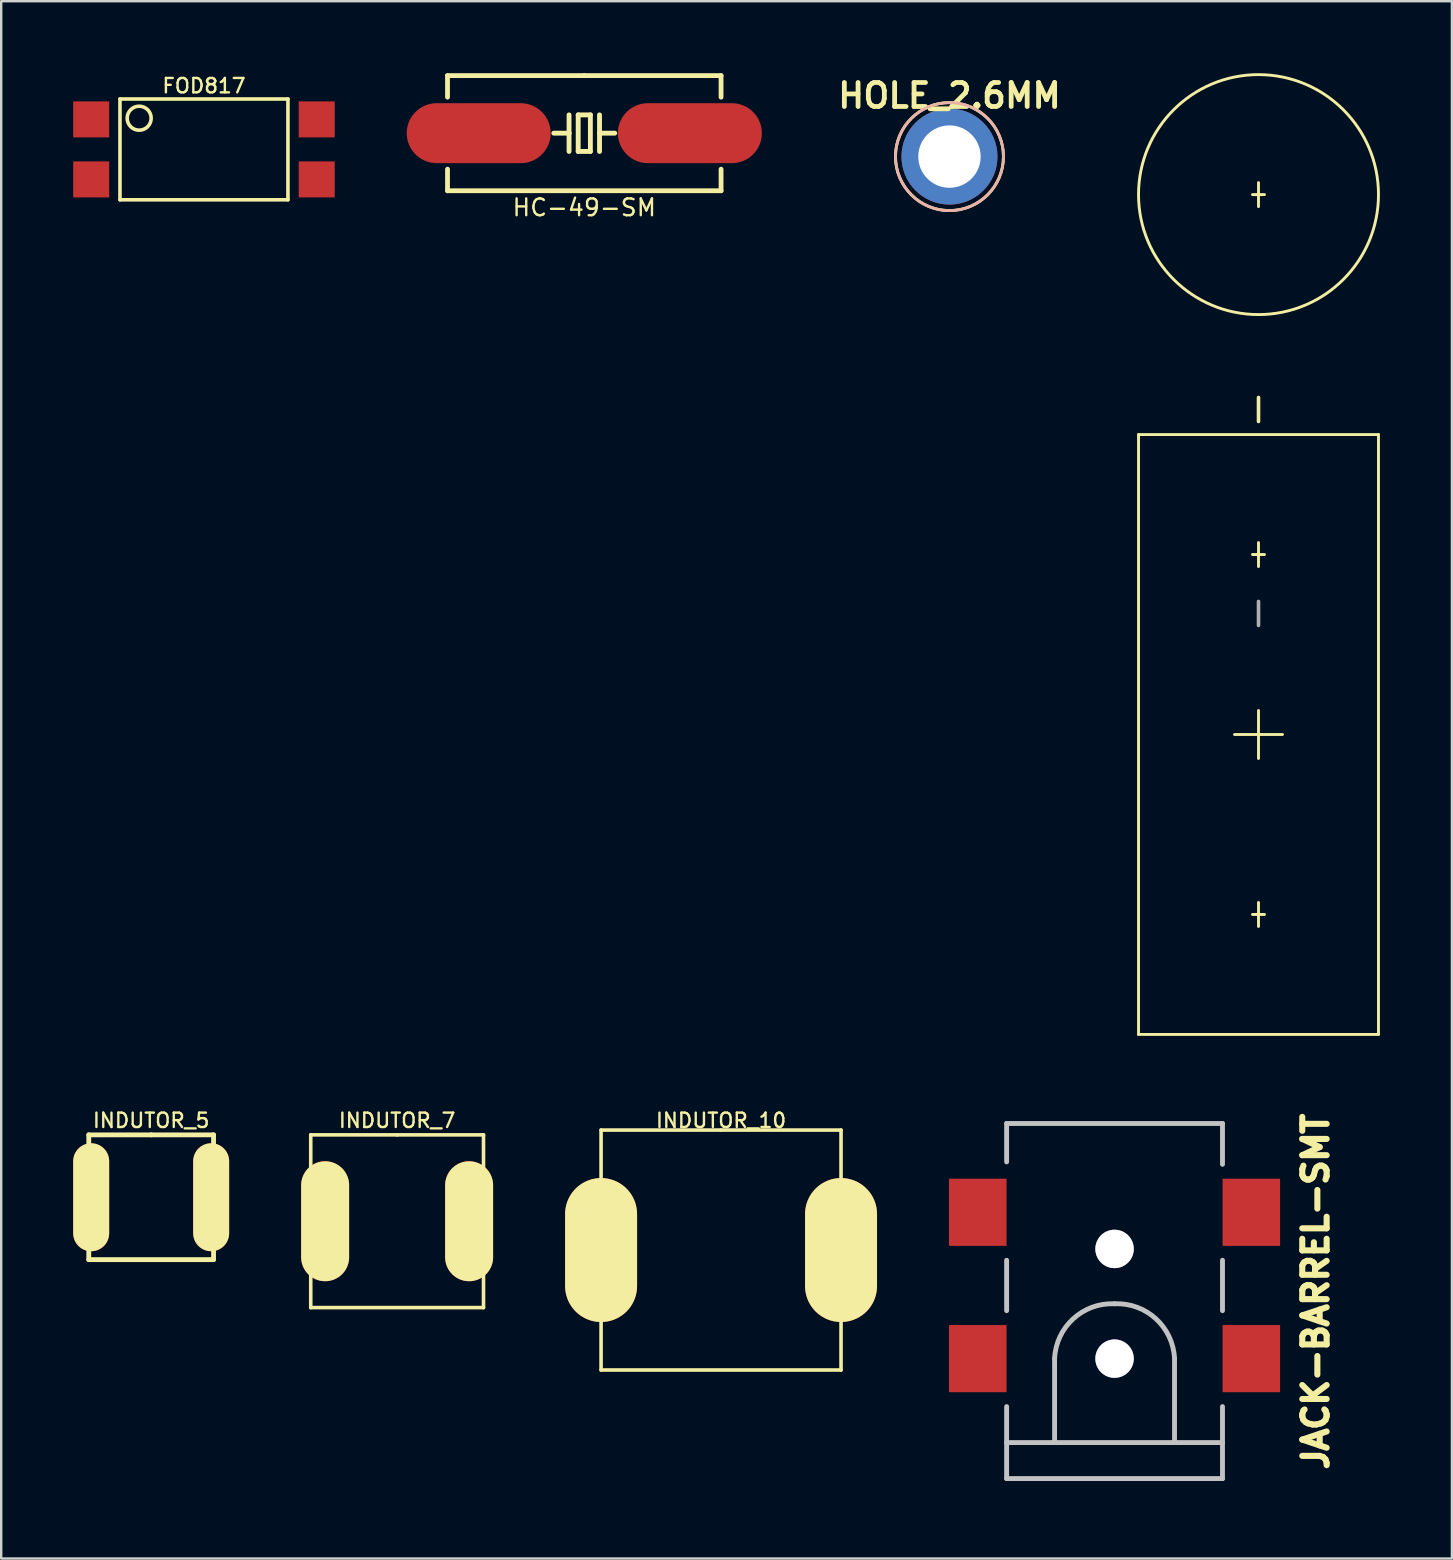
<source format=kicad_pcb>
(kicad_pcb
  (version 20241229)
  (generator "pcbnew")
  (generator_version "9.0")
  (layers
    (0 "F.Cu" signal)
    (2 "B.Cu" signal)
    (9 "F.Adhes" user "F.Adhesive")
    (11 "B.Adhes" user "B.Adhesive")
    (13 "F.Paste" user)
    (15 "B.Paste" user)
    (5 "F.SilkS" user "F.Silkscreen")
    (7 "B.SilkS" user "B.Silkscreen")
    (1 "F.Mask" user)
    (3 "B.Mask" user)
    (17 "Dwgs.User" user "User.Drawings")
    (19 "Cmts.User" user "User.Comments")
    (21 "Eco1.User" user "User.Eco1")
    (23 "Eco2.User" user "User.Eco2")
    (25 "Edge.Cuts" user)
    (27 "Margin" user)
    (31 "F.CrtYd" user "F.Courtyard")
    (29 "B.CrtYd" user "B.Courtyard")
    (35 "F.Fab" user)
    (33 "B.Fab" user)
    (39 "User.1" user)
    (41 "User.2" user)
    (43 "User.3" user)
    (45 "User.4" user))
  (footprint "FOD817"
    (layer "F.Cu")
    (at 5.45 3.176)
    (property "Reference" "FOD817" (at 0 -2.65 0) (layer "F.SilkS") (effects (font (size 0.6 0.6) (thickness 0.1))))
    (attr through_hole)
    (fp_line (start -3.5 -2.1) (end -3.5 2.1) (stroke (width 0.15) (type solid)) (layer "F.SilkS"))
    (fp_line (start -3.5 2.1) (end 3.5 2.1) (stroke (width 0.15) (type solid)) (layer "F.SilkS"))
    (fp_line (start 3.5 -2.1) (end -3.5 -2.1) (stroke (width 0.15) (type solid)) (layer "F.SilkS"))
    (fp_line (start 3.5 2.1) (end 3.5 -2.1) (stroke (width 0.15) (type solid)) (layer "F.SilkS"))
    (fp_circle (center -2.7 -1.3) (end -2.7 -0.8) (stroke (width 0.15) (type solid)) (fill no) (layer "F.SilkS"))
    (pad "1" smd rect (at -4.7 -1.25) (size 1.5 1.5) (layers "F.Cu" "F.Mask" "F.Paste"))
    (pad "2" smd rect (at -4.7 1.25) (size 1.5 1.5) (layers "F.Cu" "F.Mask" "F.Paste"))
    (pad "3" smd rect (at 4.7 1.25) (size 1.5 1.5) (layers "F.Cu" "F.Mask" "F.Paste"))
    (pad "4" smd rect (at 4.7 -1.25) (size 1.5 1.5) (layers "F.Cu" "F.Mask" "F.Paste")))
  (footprint "I"
    (layer "F.Cu")
    (at 49.398 20.06)
    (property "Reference" "I" (at 0 -6 0) (unlocked yes) (layer "F.SilkS") (effects (font (size 1 1) (thickness 0.15))))
    (fp_line (start -5 -5) (end -5 20) (stroke (width 0.12) (type solid)) (layer "F.SilkS"))
    (fp_line (start -5 -5) (end 5 -5) (stroke (width 0.12) (type solid)) (layer "F.SilkS"))
    (fp_line (start -5 20) (end 5 20) (stroke (width 0.12) (type solid)) (layer "F.SilkS"))
    (fp_line (start -1 7.5) (end 1 7.5) (stroke (width 0.12) (type solid)) (layer "F.SilkS"))
    (fp_line (start -0.25 -15) (end 0.25 -15) (stroke (width 0.12) (type solid)) (layer "F.SilkS"))
    (fp_line (start -0.25 0) (end 0.25 0) (stroke (width 0.12) (type solid)) (layer "F.SilkS"))
    (fp_line (start -0.25 15) (end 0.25 15) (stroke (width 0.12) (type solid)) (layer "F.SilkS"))
    (fp_line (start 0 -15.5) (end 0 -14.5) (stroke (width 0.12) (type solid)) (layer "F.SilkS"))
    (fp_line (start 0 -0.5) (end 0 0.5) (stroke (width 0.12) (type solid)) (layer "F.SilkS"))
    (fp_line (start 0 6.5) (end 0 8.5) (stroke (width 0.12) (type solid)) (layer "F.SilkS"))
    (fp_line (start 0 14.5) (end 0 15.5) (stroke (width 0.12) (type solid)) (layer "F.SilkS"))
    (fp_line (start 5 20) (end 5 -5) (stroke (width 0.12) (type solid)) (layer "F.SilkS"))
    (fp_circle (center 0 -15) (end 0 -10) (stroke (width 0.12) (type solid)) (fill no) (layer "F.SilkS"))
    (fp_text user "${REFERENCE}" (at 0 2.5 0) (unlocked yes) (layer "F.Fab") (effects (font (size 1 1) (thickness 0.15)))))
  (footprint "HC-49-SM"
    (layer "F.Cu")
    (at 21.3 2.5)
    (property "Reference" "HC-49-SM" (at 0 3.1 0) (layer "F.SilkS") (effects (font (size 0.701 0.701) (thickness 0.099))))
    (attr exclude_from_pos_files exclude_from_bom)
    (fp_line (start -5.7 -2.4) (end -5.7 -1.5) (stroke (width 0.2) (type solid)) (layer "F.SilkS"))
    (fp_line (start -5.7 1.5) (end -5.7 2.4) (stroke (width 0.2) (type solid)) (layer "F.SilkS"))
    (fp_line (start -5.7 2.4) (end 5.7 2.4) (stroke (width 0.2) (type solid)) (layer "F.SilkS"))
    (fp_line (start -0.635 -0.762) (end -0.635 0) (stroke (width 0.203) (type solid)) (layer "F.SilkS"))
    (fp_line (start -0.635 0) (end -1.27 0) (stroke (width 0.203) (type solid)) (layer "F.SilkS"))
    (fp_line (start -0.635 0) (end -0.635 0.762) (stroke (width 0.203) (type solid)) (layer "F.SilkS"))
    (fp_line (start -0.254 -0.762) (end 0.254 -0.762) (stroke (width 0.203) (type solid)) (layer "F.SilkS"))
    (fp_line (start -0.254 0.762) (end -0.254 -0.762) (stroke (width 0.203) (type solid)) (layer "F.SilkS"))
    (fp_line (start 0 -2.4) (end -5.7 -2.4) (stroke (width 0.2) (type solid)) (layer "F.SilkS"))
    (fp_line (start 0.254 -0.762) (end 0.254 0.762) (stroke (width 0.203) (type solid)) (layer "F.SilkS"))
    (fp_line (start 0.254 0.762) (end -0.254 0.762) (stroke (width 0.203) (type solid)) (layer "F.SilkS"))
    (fp_line (start 0.635 -0.762) (end 0.635 0) (stroke (width 0.203) (type solid)) (layer "F.SilkS"))
    (fp_line (start 0.635 0) (end 0.635 0.762) (stroke (width 0.203) (type solid)) (layer "F.SilkS"))
    (fp_line (start 0.635 0) (end 1.27 0) (stroke (width 0.203) (type solid)) (layer "F.SilkS"))
    (fp_line (start 5.7 -2.4) (end 0 -2.4) (stroke (width 0.2) (type solid)) (layer "F.SilkS"))
    (fp_line (start 5.7 -1.5) (end 5.7 -2.4) (stroke (width 0.2) (type solid)) (layer "F.SilkS"))
    (fp_line (start 5.7 2.4) (end 5.7 1.5) (stroke (width 0.2) (type solid)) (layer "F.SilkS"))
    (pad "1" smd oval (at -4.4 0) (size 6 2.499) (layers "F.Cu" "F.Mask" "F.Paste"))
    (pad "2" smd oval (at 4.4 0) (size 6 2.499) (layers "F.Cu" "F.Mask" "F.Paste")))
  (footprint "JACK-BARREL-SMT"
    (layer "F.Cu")
    (at 43.399 58.651)
    (property "Reference" "JACK-BARREL-SMT" (at 8.382 -7.874 90) (layer "F.SilkS") (effects (font (size 1.016 1.016) (thickness 0.254))))
    (attr smd)
    (fp_line (start -4.498 -14.879) (end 4.498 -14.879) (stroke (width 0.203) (type solid)) (layer "Dwgs.User"))
    (fp_line (start -4.498 -13.279) (end -4.498 -14.879) (stroke (width 0.203) (type solid)) (layer "Dwgs.User"))
    (fp_line (start -4.498 -7.079) (end -4.498 -9.18) (stroke (width 0.203) (type solid)) (layer "Dwgs.User"))
    (fp_line (start -4.498 -1.582) (end -4.498 -3.081) (stroke (width 0.203) (type solid)) (layer "Dwgs.User"))
    (fp_line (start -4.498 -1.582) (end -2.499 -1.582) (stroke (width 0.203) (type solid)) (layer "Dwgs.User"))
    (fp_line (start -4.498 -0.081) (end -4.498 -1.582) (stroke (width 0.203) (type solid)) (layer "Dwgs.User"))
    (fp_line (start -4.498 -0.081) (end 4.498 -0.081) (stroke (width 0.203) (type solid)) (layer "Dwgs.User"))
    (fp_line (start -2.499 -1.582) (end -2.499 -5.08) (stroke (width 0.203) (type solid)) (layer "Dwgs.User"))
    (fp_line (start -2.499 -1.582) (end 2.499 -1.582) (stroke (width 0.203) (type solid)) (layer "Dwgs.User"))
    (fp_line (start 2.499 -5.08) (end 2.499 -1.582) (stroke (width 0.203) (type solid)) (layer "Dwgs.User"))
    (fp_line (start 2.499 -1.582) (end 4.498 -1.582) (stroke (width 0.203) (type solid)) (layer "Dwgs.User"))
    (fp_line (start 4.498 -14.879) (end 4.498 -13.178) (stroke (width 0.203) (type solid)) (layer "Dwgs.User"))
    (fp_line (start 4.498 -9.18) (end 4.498 -7.079) (stroke (width 0.203) (type solid)) (layer "Dwgs.User"))
    (fp_line (start 4.498 -3.081) (end 4.498 -1.582) (stroke (width 0.203) (type solid)) (layer "Dwgs.User"))
    (fp_line (start 4.498 -1.582) (end 4.498 -0.081) (stroke (width 0.203) (type solid)) (layer "Dwgs.User"))
    (fp_arc (start -2.49936 -5.08) (mid -1.723126 -6.740634) (end 0 -7.366) (stroke (width 0.2032) (type solid)) (layer "Dwgs.User"))
    (fp_arc (start 0 -7.366) (mid 1.723126 -6.740634) (end 2.49936 -5.08) (stroke (width 0.2032) (type solid)) (layer "Dwgs.User"))
    (pad "1" smd rect (at -5.7 -11.179 90) (size 2.799 2.398) (layers "F.Cu" "F.Mask" "F.Paste"))
    (pad "1" smd rect (at -5.7 -5.08 90) (size 2.799 2.398) (layers "F.Cu" "F.Mask" "F.Paste"))
    (pad "2" smd rect (at 5.7 -5.08 90) (size 2.799 2.398) (layers "F.Cu" "F.Mask" "F.Paste"))
    (pad "3" smd rect (at 5.7 -11.179 90) (size 2.799 2.398) (layers "F.Cu" "F.Mask" "F.Paste"))
    (pad "~" thru_hole circle (at 0 -9.652 90) (size 1.6 1.6) (drill 1.6) (layers "*.Mask" "F.Cu"))
    (pad "~" thru_hole circle (at 0 -5.08 90) (size 1.6 1.6) (drill 1.6) (layers "*.Mask" "F.Cu")))
  (footprint "HOLE_2.6MM"
    (layer "F.Cu")
    (at 36.519 3.476)
    (property "Reference" "HOLE_2.6MM" (at 0 -2.54 0) (layer "F.SilkS") (effects (font (size 1 1) (thickness 0.2))))
    (attr through_hole)
    (fp_circle (center 0 0) (end 2.25 0) (stroke (width 0.12) (type solid)) (fill no) (layer "F.SilkS"))
    (fp_circle (center 0 0) (end 2.25 0) (stroke (width 0.12) (type solid)) (fill no) (layer "B.SilkS"))
    (pad "1" thru_hole circle (at 0 0) (size 4 4) (drill 2.6) (layers "*.Cu" "*.Paste" "*.Mask")))
  (footprint "INDUTOR_10"
    (layer "F.Cu")
    (at 27 49.045)
    (property "Reference" "INDUTOR_10" (at 0 -5.4 0) (layer "F.SilkS") (effects (font (size 0.599 0.599) (thickness 0.099))))
    (attr through_hole)
    (fp_line (start -5 -5) (end -5 5) (stroke (width 0.15) (type solid)) (layer "F.SilkS"))
    (fp_line (start -5 5) (end 5 5) (stroke (width 0.15) (type solid)) (layer "F.SilkS"))
    (fp_line (start 0 -5) (end -5 -5) (stroke (width 0.15) (type solid)) (layer "F.SilkS"))
    (fp_line (start 5 -5) (end 0 -5) (stroke (width 0.15) (type solid)) (layer "F.SilkS"))
    (fp_line (start 5 5) (end 5 -5) (stroke (width 0.15) (type solid)) (layer "F.SilkS"))
    (pad "1" smd oval (at -5 0) (size 3 6) (layers "F.Cu" "F.Mask" "F.SilkS" "F.Paste"))
    (pad "2" smd oval (at 5 0) (size 3 6) (layers "F.Cu" "F.Mask" "F.SilkS" "F.Paste")))
  (footprint "INDUTOR_7"
    (layer "F.Cu")
    (at 13.5 47.845)
    (property "Reference" "INDUTOR_7" (at 0 -4.2 0) (layer "F.SilkS") (effects (font (size 0.599 0.599) (thickness 0.099))))
    (attr through_hole)
    (fp_line (start -3.6 -3.6) (end -3.6 3.6) (stroke (width 0.15) (type solid)) (layer "F.SilkS"))
    (fp_line (start -3.6 3.6) (end 3.6 3.6) (stroke (width 0.15) (type solid)) (layer "F.SilkS"))
    (fp_line (start 0 -3.6) (end -3.6 -3.6) (stroke (width 0.15) (type solid)) (layer "F.SilkS"))
    (fp_line (start 3.6 -3.6) (end 0 -3.6) (stroke (width 0.15) (type solid)) (layer "F.SilkS"))
    (fp_line (start 3.6 3.6) (end 3.6 -3.6) (stroke (width 0.15) (type solid)) (layer "F.SilkS"))
    (pad "1" smd oval (at -3 0) (size 2 5) (layers "F.Cu" "F.Mask" "F.SilkS" "F.Paste"))
    (pad "2" smd oval (at 3 0) (size 2 5) (layers "F.Cu" "F.Mask" "F.SilkS" "F.Paste")))
  (footprint "INDUTOR_5"
    (layer "F.Cu")
    (at 3.25 46.845)
    (property "Reference" "INDUTOR_5" (at 0 -3.2 0) (layer "F.SilkS") (effects (font (size 0.599 0.599) (thickness 0.099))))
    (attr through_hole)
    (fp_line (start -2.6 -2.6) (end 0 -2.6) (stroke (width 0.201) (type solid)) (layer "F.SilkS"))
    (fp_line (start -2.6 2.6) (end -2.6 -2.6) (stroke (width 0.201) (type solid)) (layer "F.SilkS"))
    (fp_line (start 0 -2.6) (end 2.6 -2.6) (stroke (width 0.201) (type solid)) (layer "F.SilkS"))
    (fp_line (start 2.6 -2.6) (end 2.6 2.6) (stroke (width 0.201) (type solid)) (layer "F.SilkS"))
    (fp_line (start 2.6 2.6) (end -2.6 2.6) (stroke (width 0.201) (type solid)) (layer "F.SilkS"))
    (pad "1" smd oval (at -2.5 0) (size 1.5 4.5) (layers "F.Cu" "F.Mask" "F.SilkS" "F.Paste"))
    (pad "2" smd oval (at 2.5 0) (size 1.5 4.5) (layers "F.Cu" "F.Mask" "F.SilkS" "F.Paste")))
  (gr_rect
    (start -3 -3)
    (end 57.458 61.901)
    (stroke (width 0.1) (type default))
    (fill no)
    (layer "Edge.Cuts")))
</source>
